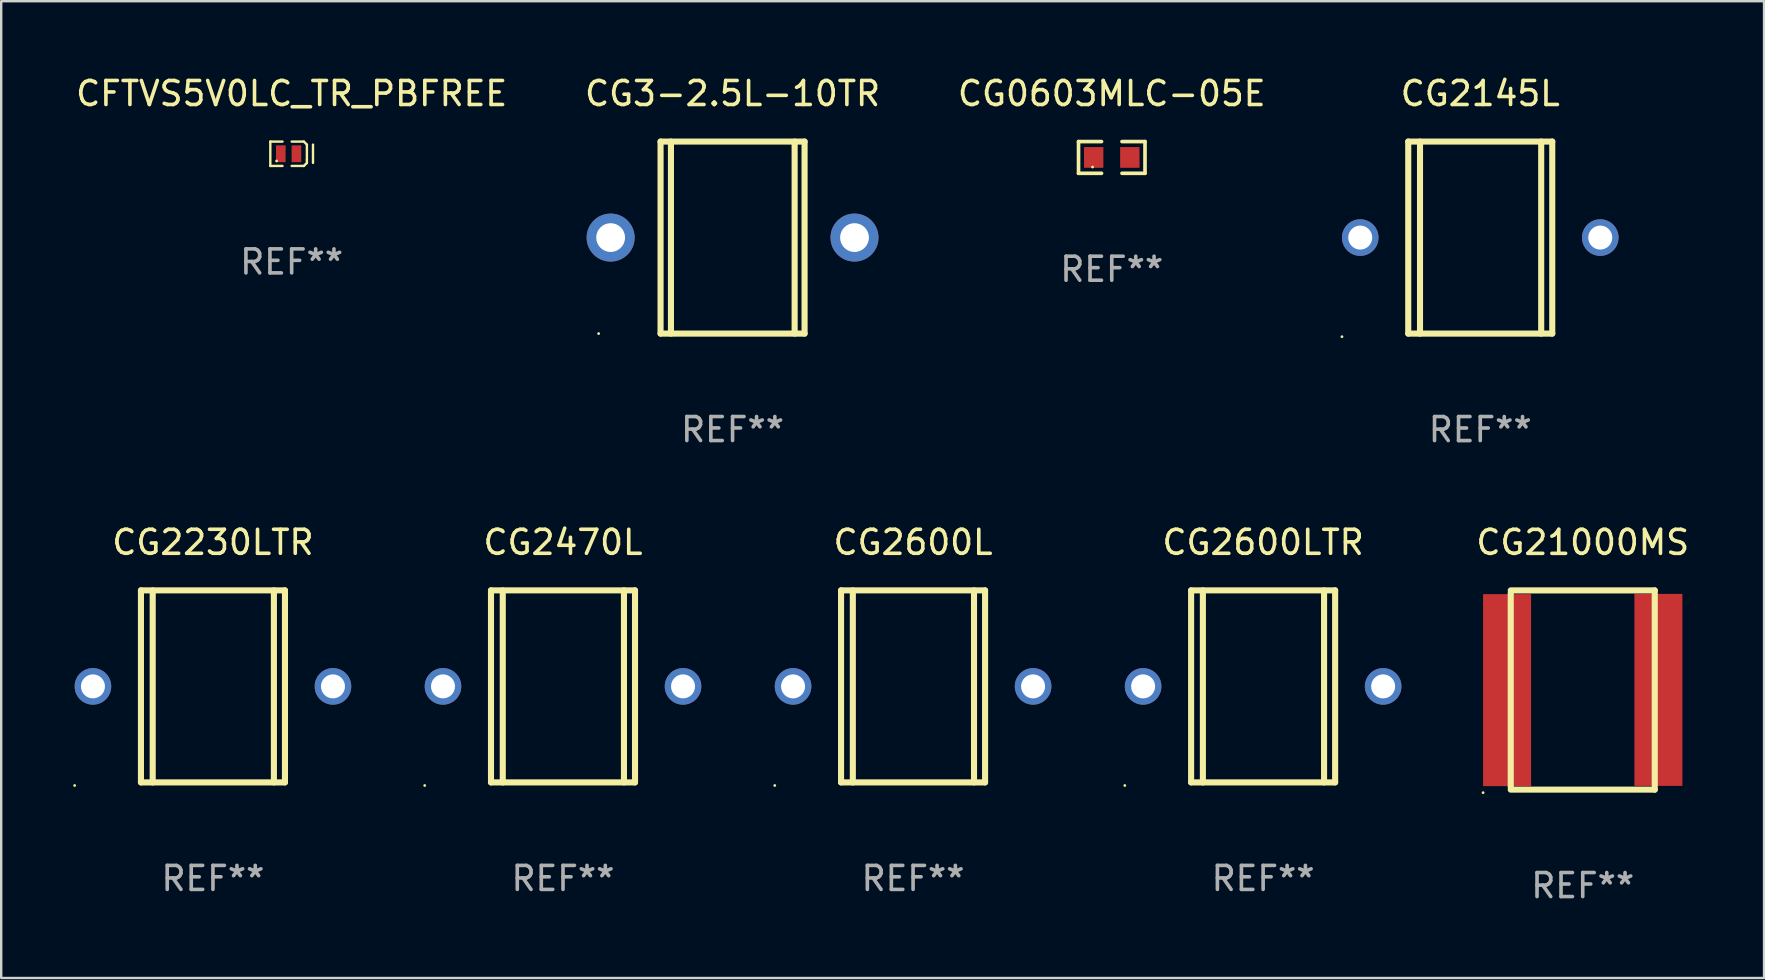
<source format=kicad_pcb>
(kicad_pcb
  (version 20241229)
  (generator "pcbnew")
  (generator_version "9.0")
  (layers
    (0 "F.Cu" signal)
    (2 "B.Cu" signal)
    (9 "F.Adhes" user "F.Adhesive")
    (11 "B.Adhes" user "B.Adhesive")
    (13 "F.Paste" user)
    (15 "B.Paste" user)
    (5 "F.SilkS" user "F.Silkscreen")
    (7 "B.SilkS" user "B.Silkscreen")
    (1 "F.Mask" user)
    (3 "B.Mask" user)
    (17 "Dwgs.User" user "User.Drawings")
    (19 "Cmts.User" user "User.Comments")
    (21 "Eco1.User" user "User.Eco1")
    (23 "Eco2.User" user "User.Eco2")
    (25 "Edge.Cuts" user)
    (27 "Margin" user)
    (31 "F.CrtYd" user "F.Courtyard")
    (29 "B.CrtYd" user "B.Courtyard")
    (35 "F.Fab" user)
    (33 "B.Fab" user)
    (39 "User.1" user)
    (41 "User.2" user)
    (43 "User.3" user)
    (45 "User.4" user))
  (footprint "CG2470L"
    (layer "F.Cu")
    (at 20.406 25.547)
    (property "Reference" "CG2470L" (at 0 -6.001 0) (layer "F.SilkS") (effects (font (size 1 1) (thickness 0.15))))
    (attr through_hole)
    (fp_line (start -3 -4.001) (end -3 3.999) (stroke (width 0.254) (type solid)) (layer "F.SilkS"))
    (fp_line (start -3 -4.001) (end 3 -4.001) (stroke (width 0.254) (type solid)) (layer "F.SilkS"))
    (fp_line (start -2.51 4.001) (end -2.51 -3.999) (stroke (width 0.254) (type solid)) (layer "F.SilkS"))
    (fp_line (start 2.539 3.999) (end 2.539 -4.001) (stroke (width 0.254) (type solid)) (layer "F.SilkS"))
    (fp_line (start 3 3.999) (end -3 3.999) (stroke (width 0.254) (type solid)) (layer "F.SilkS"))
    (fp_line (start 3 3.999) (end 3 -4.001) (stroke (width 0.254) (type solid)) (layer "F.SilkS"))
    (fp_circle (center -5.762 4.128) (end -5.732 4.128) (stroke (width 0.06) (type solid)) (fill no) (layer "F.SilkS"))
    (fp_text user "REF**" (at 0 8.001 0) (layer "F.Fab") (effects (font (size 1 1) (thickness 0.15))))
    (pad "1" thru_hole circle (at -5 -0.001) (size 1.524 1.524) (drill 1) (layers "*.Cu" "*.Mask"))
    (pad "2" thru_hole circle (at 5 -0.001) (size 1.524 1.524) (drill 1) (layers "*.Cu" "*.Mask")))
  (footprint "CG3-2.5L-10TR"
    (layer "F.Cu")
    (at 27.47 6.848)
    (property "Reference" "CG3-2.5L-10TR" (at 0 -6 0) (layer "F.SilkS") (effects (font (size 1 1) (thickness 0.15))))
    (attr through_hole)
    (fp_line (start -3 -4) (end -3 4) (stroke (width 0.254) (type solid)) (layer "F.SilkS"))
    (fp_line (start -3 -4) (end 3 -4) (stroke (width 0.254) (type solid)) (layer "F.SilkS"))
    (fp_line (start -3 4) (end 3 4) (stroke (width 0.254) (type solid)) (layer "F.SilkS"))
    (fp_line (start -2.567 -4) (end -2.567 4) (stroke (width 0.254) (type solid)) (layer "F.SilkS"))
    (fp_line (start 2.586 -4) (end 2.586 4) (stroke (width 0.254) (type solid)) (layer "F.SilkS"))
    (fp_line (start 3 -4) (end 3 4) (stroke (width 0.254) (type solid)) (layer "F.SilkS"))
    (fp_circle (center -5.58 4) (end -5.55 4) (stroke (width 0.06) (type solid)) (fill no) (layer "F.SilkS"))
    (fp_text user "REF**" (at 0 8 0) (layer "F.Fab") (effects (font (size 1 1) (thickness 0.15))))
    (pad "1" thru_hole circle (at -5.08 0) (size 2 2) (drill 1.2) (layers "*.Cu" "*.Mask"))
    (pad "2" thru_hole circle (at 5.08 0) (size 2 2) (drill 1.2) (layers "*.Cu" "*.Mask")))
  (footprint "CG2145L"
    (layer "F.Cu")
    (at 58.62 6.849)
    (property "Reference" "CG2145L" (at 0 -6.001 0) (layer "F.SilkS") (effects (font (size 1 1) (thickness 0.15))))
    (attr through_hole)
    (fp_line (start -3 -4.001) (end -3 3.999) (stroke (width 0.254) (type solid)) (layer "F.SilkS"))
    (fp_line (start -3 -4.001) (end 3 -4.001) (stroke (width 0.254) (type solid)) (layer "F.SilkS"))
    (fp_line (start -2.51 4.001) (end -2.51 -3.999) (stroke (width 0.254) (type solid)) (layer "F.SilkS"))
    (fp_line (start 2.539 3.999) (end 2.539 -4.001) (stroke (width 0.254) (type solid)) (layer "F.SilkS"))
    (fp_line (start 3 3.999) (end -3 3.999) (stroke (width 0.254) (type solid)) (layer "F.SilkS"))
    (fp_line (start 3 3.999) (end 3 -4.001) (stroke (width 0.254) (type solid)) (layer "F.SilkS"))
    (fp_circle (center -5.762 4.128) (end -5.732 4.128) (stroke (width 0.06) (type solid)) (fill no) (layer "F.SilkS"))
    (fp_text user "REF**" (at 0 8.001 0) (layer "F.Fab") (effects (font (size 1 1) (thickness 0.15))))
    (pad "1" thru_hole circle (at -5 -0.001) (size 1.524 1.524) (drill 1) (layers "*.Cu" "*.Mask"))
    (pad "2" thru_hole circle (at 5 -0.001) (size 1.524 1.524) (drill 1) (layers "*.Cu" "*.Mask")))
  (footprint "CG0603MLC-05E"
    (layer "F.Cu")
    (at 43.268 3.509)
    (property "Reference" "CG0603MLC-05E" (at 0 -2.661 0) (layer "F.SilkS") (effects (font (size 1 1) (thickness 0.15))))
    (attr through_hole)
    (fp_line (start -1.385 -0.661) (end -0.426 -0.661) (stroke (width 0.152) (type solid)) (layer "F.SilkS"))
    (fp_line (start -1.385 0.661) (end -1.385 -0.661) (stroke (width 0.152) (type solid)) (layer "F.SilkS"))
    (fp_line (start -0.426 0.661) (end -1.385 0.661) (stroke (width 0.152) (type solid)) (layer "F.SilkS"))
    (fp_line (start 0.426 0.661) (end 1.385 0.661) (stroke (width 0.152) (type solid)) (layer "F.SilkS"))
    (fp_line (start 1.385 -0.661) (end 0.426 -0.661) (stroke (width 0.152) (type solid)) (layer "F.SilkS"))
    (fp_line (start 1.385 0.661) (end 1.385 -0.661) (stroke (width 0.152) (type solid)) (layer "F.SilkS"))
    (fp_circle (center -0.8 0.4) (end -0.77 0.4) (stroke (width 0.06) (type solid)) (fill no) (layer "F.SilkS"))
    (fp_text user "REF**" (at 0 4.661 0) (layer "F.Fab") (effects (font (size 1 1) (thickness 0.15))))
    (pad "1" smd rect (at -0.753 0) (size 0.806 0.864) (layers "F.Cu" "F.Mask" "F.Paste"))
    (pad "2" smd rect (at 0.753 0) (size 0.806 0.864) (layers "F.Cu" "F.Mask" "F.Paste")))
  (footprint "CG2600L"
    (layer "F.Cu")
    (at 34.99 25.547)
    (property "Reference" "CG2600L" (at 0 -6.001 0) (layer "F.SilkS") (effects (font (size 1 1) (thickness 0.15))))
    (attr through_hole)
    (fp_line (start -3 -4.001) (end -3 3.999) (stroke (width 0.254) (type solid)) (layer "F.SilkS"))
    (fp_line (start -3 -4.001) (end 3 -4.001) (stroke (width 0.254) (type solid)) (layer "F.SilkS"))
    (fp_line (start -2.51 4.001) (end -2.51 -3.999) (stroke (width 0.254) (type solid)) (layer "F.SilkS"))
    (fp_line (start 2.539 3.999) (end 2.539 -4.001) (stroke (width 0.254) (type solid)) (layer "F.SilkS"))
    (fp_line (start 3 3.999) (end -3 3.999) (stroke (width 0.254) (type solid)) (layer "F.SilkS"))
    (fp_line (start 3 3.999) (end 3 -4.001) (stroke (width 0.254) (type solid)) (layer "F.SilkS"))
    (fp_circle (center -5.762 4.128) (end -5.732 4.128) (stroke (width 0.06) (type solid)) (fill no) (layer "F.SilkS"))
    (fp_text user "REF**" (at 0 8.001 0) (layer "F.Fab") (effects (font (size 1 1) (thickness 0.15))))
    (pad "1" thru_hole circle (at -5 -0.001) (size 1.524 1.524) (drill 1) (layers "*.Cu" "*.Mask"))
    (pad "2" thru_hole circle (at 5 -0.001) (size 1.524 1.524) (drill 1) (layers "*.Cu" "*.Mask")))
  (footprint "CG2230LTR"
    (layer "F.Cu")
    (at 5.822 25.547)
    (property "Reference" "CG2230LTR" (at 0 -6.001 0) (layer "F.SilkS") (effects (font (size 1 1) (thickness 0.15))))
    (attr through_hole)
    (fp_line (start -3 -4.001) (end -3 3.999) (stroke (width 0.254) (type solid)) (layer "F.SilkS"))
    (fp_line (start -3 -4.001) (end 3 -4.001) (stroke (width 0.254) (type solid)) (layer "F.SilkS"))
    (fp_line (start -2.51 4.001) (end -2.51 -3.999) (stroke (width 0.254) (type solid)) (layer "F.SilkS"))
    (fp_line (start 2.539 3.999) (end 2.539 -4.001) (stroke (width 0.254) (type solid)) (layer "F.SilkS"))
    (fp_line (start 3 3.999) (end -3 3.999) (stroke (width 0.254) (type solid)) (layer "F.SilkS"))
    (fp_line (start 3 3.999) (end 3 -4.001) (stroke (width 0.254) (type solid)) (layer "F.SilkS"))
    (fp_circle (center -5.762 4.128) (end -5.732 4.128) (stroke (width 0.06) (type solid)) (fill no) (layer "F.SilkS"))
    (fp_text user "REF**" (at 0 8.001 0) (layer "F.Fab") (effects (font (size 1 1) (thickness 0.15))))
    (pad "1" thru_hole circle (at -5 -0.001) (size 1.524 1.524) (drill 1) (layers "*.Cu" "*.Mask"))
    (pad "2" thru_hole circle (at 5 -0.001) (size 1.524 1.524) (drill 1) (layers "*.Cu" "*.Mask")))
  (footprint "CFTVS5V0LC_TR_PBFREE"
    (layer "F.Cu")
    (at 9.101 3.356)
    (property "Reference" "CFTVS5V0LC_TR_PBFREE" (at 0 -2.508 0) (layer "F.SilkS") (effects (font (size 1 1) (thickness 0.15))))
    (attr through_hole)
    (fp_line (start -0.889 -0.508) (end -0.889 0.508) (stroke (width 0.1) (type solid)) (layer "F.SilkS"))
    (fp_line (start -0.889 0.508) (end -0.381 0.508) (stroke (width 0.1) (type solid)) (layer "F.SilkS"))
    (fp_line (start -0.381 -0.508) (end -0.889 -0.508) (stroke (width 0.1) (type solid)) (layer "F.SilkS"))
    (fp_line (start 0 -0.508) (end 0.508 -0.508) (stroke (width 0.1) (type solid)) (layer "F.SilkS"))
    (fp_line (start 0.508 -0.508) (end 0.635 -0.381) (stroke (width 0.1) (type solid)) (layer "F.SilkS"))
    (fp_line (start 0.508 0.508) (end 0 0.508) (stroke (width 0.1) (type solid)) (layer "F.SilkS"))
    (fp_line (start 0.635 -0.381) (end 0.635 0.254) (stroke (width 0.1) (type solid)) (layer "F.SilkS"))
    (fp_line (start 0.635 0.254) (end 0.635 0.381) (stroke (width 0.1) (type solid)) (layer "F.SilkS"))
    (fp_line (start 0.635 0.381) (end 0.508 0.508) (stroke (width 0.1) (type solid)) (layer "F.SilkS"))
    (fp_line (start 0.889 -0.381) (end 0.889 0.381) (stroke (width 0.1) (type solid)) (layer "F.SilkS"))
    (fp_circle (center -0.627 0.3) (end -0.597 0.3) (stroke (width 0.06) (type solid)) (fill no) (layer "F.SilkS"))
    (fp_text user "REF**" (at 0 4.508 0) (layer "F.Fab") (effects (font (size 1 1) (thickness 0.15))))
    (pad "1" smd rect (at -0.452 0) (size 0.4 0.7) (layers "F.Cu" "F.Mask" "F.Paste"))
    (pad "2" smd rect (at 0.198 0) (size 0.4 0.7) (layers "F.Cu" "F.Mask" "F.Paste")))
  (footprint "CG21000MS"
    (layer "F.Cu")
    (at 62.89 25.697)
    (property "Reference" "CG21000MS" (at 0 -6.15 0) (layer "F.SilkS") (effects (font (size 1 1) (thickness 0.15))))
    (attr through_hole)
    (fp_line (start -3 -4.15) (end 3 -4.15) (stroke (width 0.254) (type solid)) (layer "F.SilkS"))
    (fp_line (start -3 4.05) (end -3 -4.05) (stroke (width 0.254) (type solid)) (layer "F.SilkS"))
    (fp_line (start 3 -4.15) (end 3 4.15) (stroke (width 0.254) (type solid)) (layer "F.SilkS"))
    (fp_line (start 3 4.15) (end -3 4.15) (stroke (width 0.254) (type solid)) (layer "F.SilkS"))
    (fp_circle (center -4.152 4.277) (end -4.122 4.277) (stroke (width 0.06) (type solid)) (fill no) (layer "F.SilkS"))
    (fp_text user "REF**" (at 0 8.15 0) (layer "F.Fab") (effects (font (size 1 1) (thickness 0.15))))
    (pad "1" smd rect (at -3.152 0.005) (size 2 8) (layers "F.Cu" "F.Mask" "F.Paste"))
    (pad "2" smd rect (at 3.152 -0.005) (size 2 8) (layers "F.Cu" "F.Mask" "F.Paste")))
  (footprint "CG2600LTR"
    (layer "F.Cu")
    (at 49.574 25.547)
    (property "Reference" "CG2600LTR" (at 0 -6.001 0) (layer "F.SilkS") (effects (font (size 1 1) (thickness 0.15))))
    (attr through_hole)
    (fp_line (start -3 -4.001) (end -3 3.999) (stroke (width 0.254) (type solid)) (layer "F.SilkS"))
    (fp_line (start -3 -4.001) (end 3 -4.001) (stroke (width 0.254) (type solid)) (layer "F.SilkS"))
    (fp_line (start -2.51 4.001) (end -2.51 -3.999) (stroke (width 0.254) (type solid)) (layer "F.SilkS"))
    (fp_line (start 2.539 3.999) (end 2.539 -4.001) (stroke (width 0.254) (type solid)) (layer "F.SilkS"))
    (fp_line (start 3 3.999) (end -3 3.999) (stroke (width 0.254) (type solid)) (layer "F.SilkS"))
    (fp_line (start 3 3.999) (end 3 -4.001) (stroke (width 0.254) (type solid)) (layer "F.SilkS"))
    (fp_circle (center -5.762 4.128) (end -5.732 4.128) (stroke (width 0.06) (type solid)) (fill no) (layer "F.SilkS"))
    (fp_text user "REF**" (at 0 8.001 0) (layer "F.Fab") (effects (font (size 1 1) (thickness 0.15))))
    (pad "1" thru_hole circle (at -5 -0.001) (size 1.524 1.524) (drill 1) (layers "*.Cu" "*.Mask"))
    (pad "2" thru_hole circle (at 5 -0.001) (size 1.524 1.524) (drill 1) (layers "*.Cu" "*.Mask")))
  (gr_rect
    (start -3 -3)
    (end 70.443 37.695)
    (stroke (width 0.1) (type default))
    (fill no)
    (layer "Edge.Cuts")))
</source>
